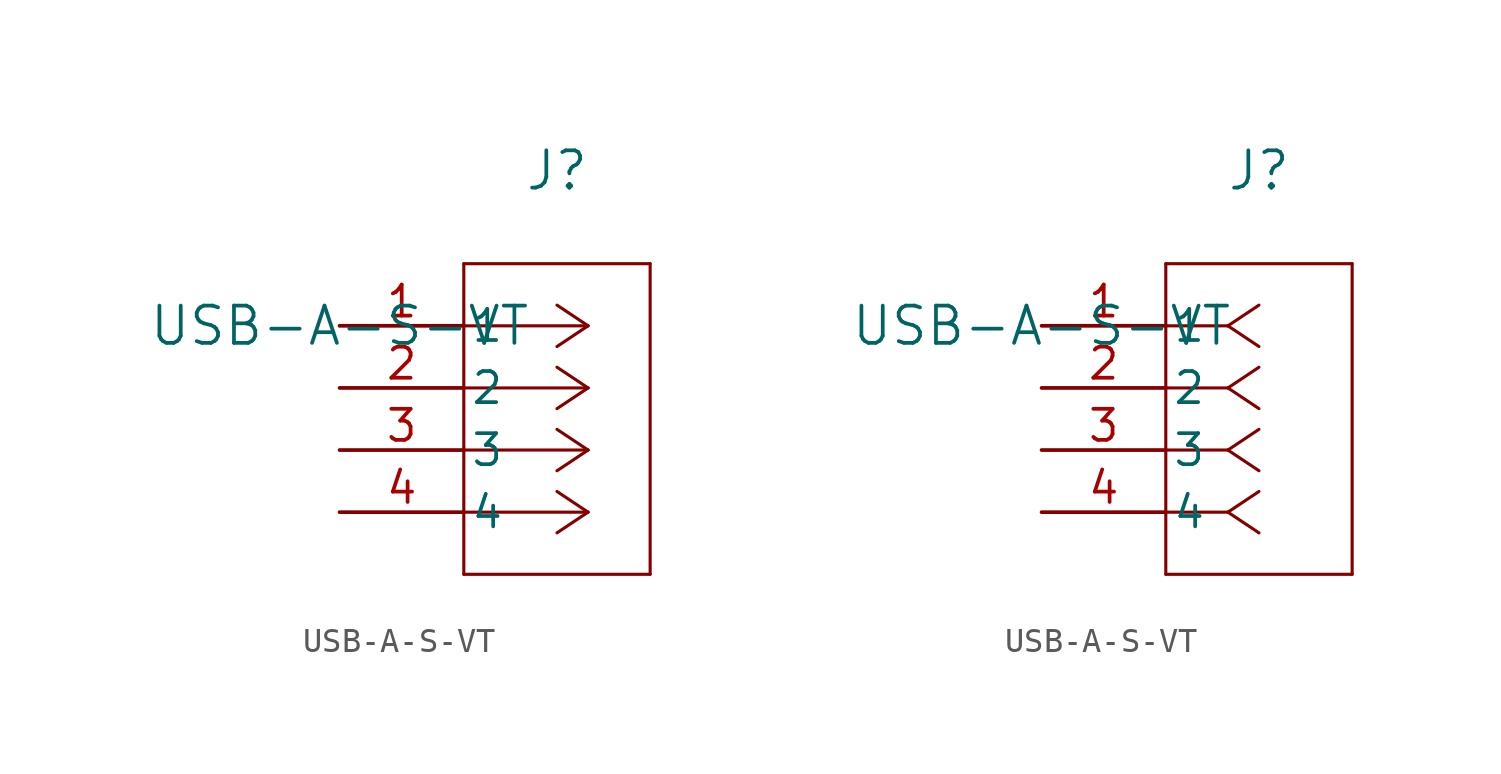
<source format=kicad_sym>
(kicad_symbol_lib
  (version 20211014)
  (generator kicad_symbol_editor)
  (symbol "USB-A-S-VT"
    (pin_names
      (offset 0.254))
    (property "Reference" "J"
      (at 8.89 6.35 0)
      (effects (font (size 1.524 1.524))))
    (property "Value" "USB-A-S-VT"
      (at 0 0 0)
      (effects (font (size 1.524 1.524))))
    (symbol "USB-A-S-VT_1_1"
      (polyline (pts (xy 10.16 0) (xy 5.08 0)) (stroke (width 0.127) (type default) (color 0 0 0 0)) (fill (type none)))
      (polyline (pts (xy 10.16 -2.54) (xy 5.08 -2.54)) (stroke (width 0.127) (type default) (color 0 0 0 0)) (fill (type none)))
      (polyline (pts (xy 10.16 -5.08) (xy 5.08 -5.08)) (stroke (width 0.127) (type default) (color 0 0 0 0)) (fill (type none)))
      (polyline (pts (xy 10.16 -7.62) (xy 5.08 -7.62)) (stroke (width 0.127) (type default) (color 0 0 0 0)) (fill (type none)))
      (polyline (pts (xy 10.16 0) (xy 8.89 0.847)) (stroke (width 0.127) (type default) (color 0 0 0 0)) (fill (type none)))
      (polyline (pts (xy 10.16 -2.54) (xy 8.89 -1.693)) (stroke (width 0.127) (type default) (color 0 0 0 0)) (fill (type none)))
      (polyline (pts (xy 10.16 -5.08) (xy 8.89 -4.233)) (stroke (width 0.127) (type default) (color 0 0 0 0)) (fill (type none)))
      (polyline (pts (xy 10.16 -7.62) (xy 8.89 -6.773)) (stroke (width 0.127) (type default) (color 0 0 0 0)) (fill (type none)))
      (polyline (pts (xy 10.16 0) (xy 8.89 -0.847)) (stroke (width 0.127) (type default) (color 0 0 0 0)) (fill (type none)))
      (polyline (pts (xy 10.16 -2.54) (xy 8.89 -3.387)) (stroke (width 0.127) (type default) (color 0 0 0 0)) (fill (type none)))
      (polyline (pts (xy 10.16 -5.08) (xy 8.89 -5.927)) (stroke (width 0.127) (type default) (color 0 0 0 0)) (fill (type none)))
      (polyline (pts (xy 10.16 -7.62) (xy 8.89 -8.467)) (stroke (width 0.127) (type default) (color 0 0 0 0)) (fill (type none)))
      (polyline (pts (xy 5.08 2.54) (xy 5.08 -10.16)) (stroke (width 0.127) (type default) (color 0 0 0 0)) (fill (type none)))
      (polyline (pts (xy 5.08 -10.16) (xy 12.7 -10.16)) (stroke (width 0.127) (type default) (color 0 0 0 0)) (fill (type none)))
      (polyline (pts (xy 12.7 -10.16) (xy 12.7 2.54)) (stroke (width 0.127) (type default) (color 0 0 0 0)) (fill (type none)))
      (polyline (pts (xy 12.7 2.54) (xy 5.08 2.54)) (stroke (width 0.127) (type default) (color 0 0 0 0)) (fill (type none)))
      (pin unspecified line (at 0 0 0) (length 5.08) (name "1" (effects (font (size 1.27 1.27)))) (number "1" (effects (font (size 1.27 1.27)))))
      (pin unspecified line (at 0 -2.54 0) (length 5.08) (name "2" (effects (font (size 1.27 1.27)))) (number "2" (effects (font (size 1.27 1.27)))))
      (pin unspecified line (at 0 -5.08 0) (length 5.08) (name "3" (effects (font (size 1.27 1.27)))) (number "3" (effects (font (size 1.27 1.27)))))
      (pin unspecified line (at 0 -7.62 0) (length 5.08) (name "4" (effects (font (size 1.27 1.27)))) (number "4" (effects (font (size 1.27 1.27))))))
    (symbol "USB-A-S-VT_1_2"
      (polyline (pts (xy 7.62 0) (xy 5.08 0)) (stroke (width 0.127) (type default) (color 0 0 0 0)) (fill (type none)))
      (polyline (pts (xy 7.62 -2.54) (xy 5.08 -2.54)) (stroke (width 0.127) (type default) (color 0 0 0 0)) (fill (type none)))
      (polyline (pts (xy 7.62 -5.08) (xy 5.08 -5.08)) (stroke (width 0.127) (type default) (color 0 0 0 0)) (fill (type none)))
      (polyline (pts (xy 7.62 -7.62) (xy 5.08 -7.62)) (stroke (width 0.127) (type default) (color 0 0 0 0)) (fill (type none)))
      (polyline (pts (xy 7.62 0) (xy 8.89 0.847)) (stroke (width 0.127) (type default) (color 0 0 0 0)) (fill (type none)))
      (polyline (pts (xy 7.62 -2.54) (xy 8.89 -1.693)) (stroke (width 0.127) (type default) (color 0 0 0 0)) (fill (type none)))
      (polyline (pts (xy 7.62 -5.08) (xy 8.89 -4.233)) (stroke (width 0.127) (type default) (color 0 0 0 0)) (fill (type none)))
      (polyline (pts (xy 7.62 -7.62) (xy 8.89 -6.773)) (stroke (width 0.127) (type default) (color 0 0 0 0)) (fill (type none)))
      (polyline (pts (xy 7.62 0) (xy 8.89 -0.847)) (stroke (width 0.127) (type default) (color 0 0 0 0)) (fill (type none)))
      (polyline (pts (xy 7.62 -2.54) (xy 8.89 -3.387)) (stroke (width 0.127) (type default) (color 0 0 0 0)) (fill (type none)))
      (polyline (pts (xy 7.62 -5.08) (xy 8.89 -5.927)) (stroke (width 0.127) (type default) (color 0 0 0 0)) (fill (type none)))
      (polyline (pts (xy 7.62 -7.62) (xy 8.89 -8.467)) (stroke (width 0.127) (type default) (color 0 0 0 0)) (fill (type none)))
      (polyline (pts (xy 5.08 2.54) (xy 5.08 -10.16)) (stroke (width 0.127) (type default) (color 0 0 0 0)) (fill (type none)))
      (polyline (pts (xy 5.08 -10.16) (xy 12.7 -10.16)) (stroke (width 0.127) (type default) (color 0 0 0 0)) (fill (type none)))
      (polyline (pts (xy 12.7 -10.16) (xy 12.7 2.54)) (stroke (width 0.127) (type default) (color 0 0 0 0)) (fill (type none)))
      (polyline (pts (xy 12.7 2.54) (xy 5.08 2.54)) (stroke (width 0.127) (type default) (color 0 0 0 0)) (fill (type none)))
      (pin unspecified line (at 0 0 0) (length 5.08) (name "1" (effects (font (size 1.27 1.27)))) (number "1" (effects (font (size 1.27 1.27)))))
      (pin unspecified line (at 0 -2.54 0) (length 5.08) (name "2" (effects (font (size 1.27 1.27)))) (number "2" (effects (font (size 1.27 1.27)))))
      (pin unspecified line (at 0 -5.08 0) (length 5.08) (name "3" (effects (font (size 1.27 1.27)))) (number "3" (effects (font (size 1.27 1.27)))))
      (pin unspecified line (at 0 -7.62 0) (length 5.08) (name "4" (effects (font (size 1.27 1.27)))) (number "4" (effects (font (size 1.27 1.27))))))))
</source>
